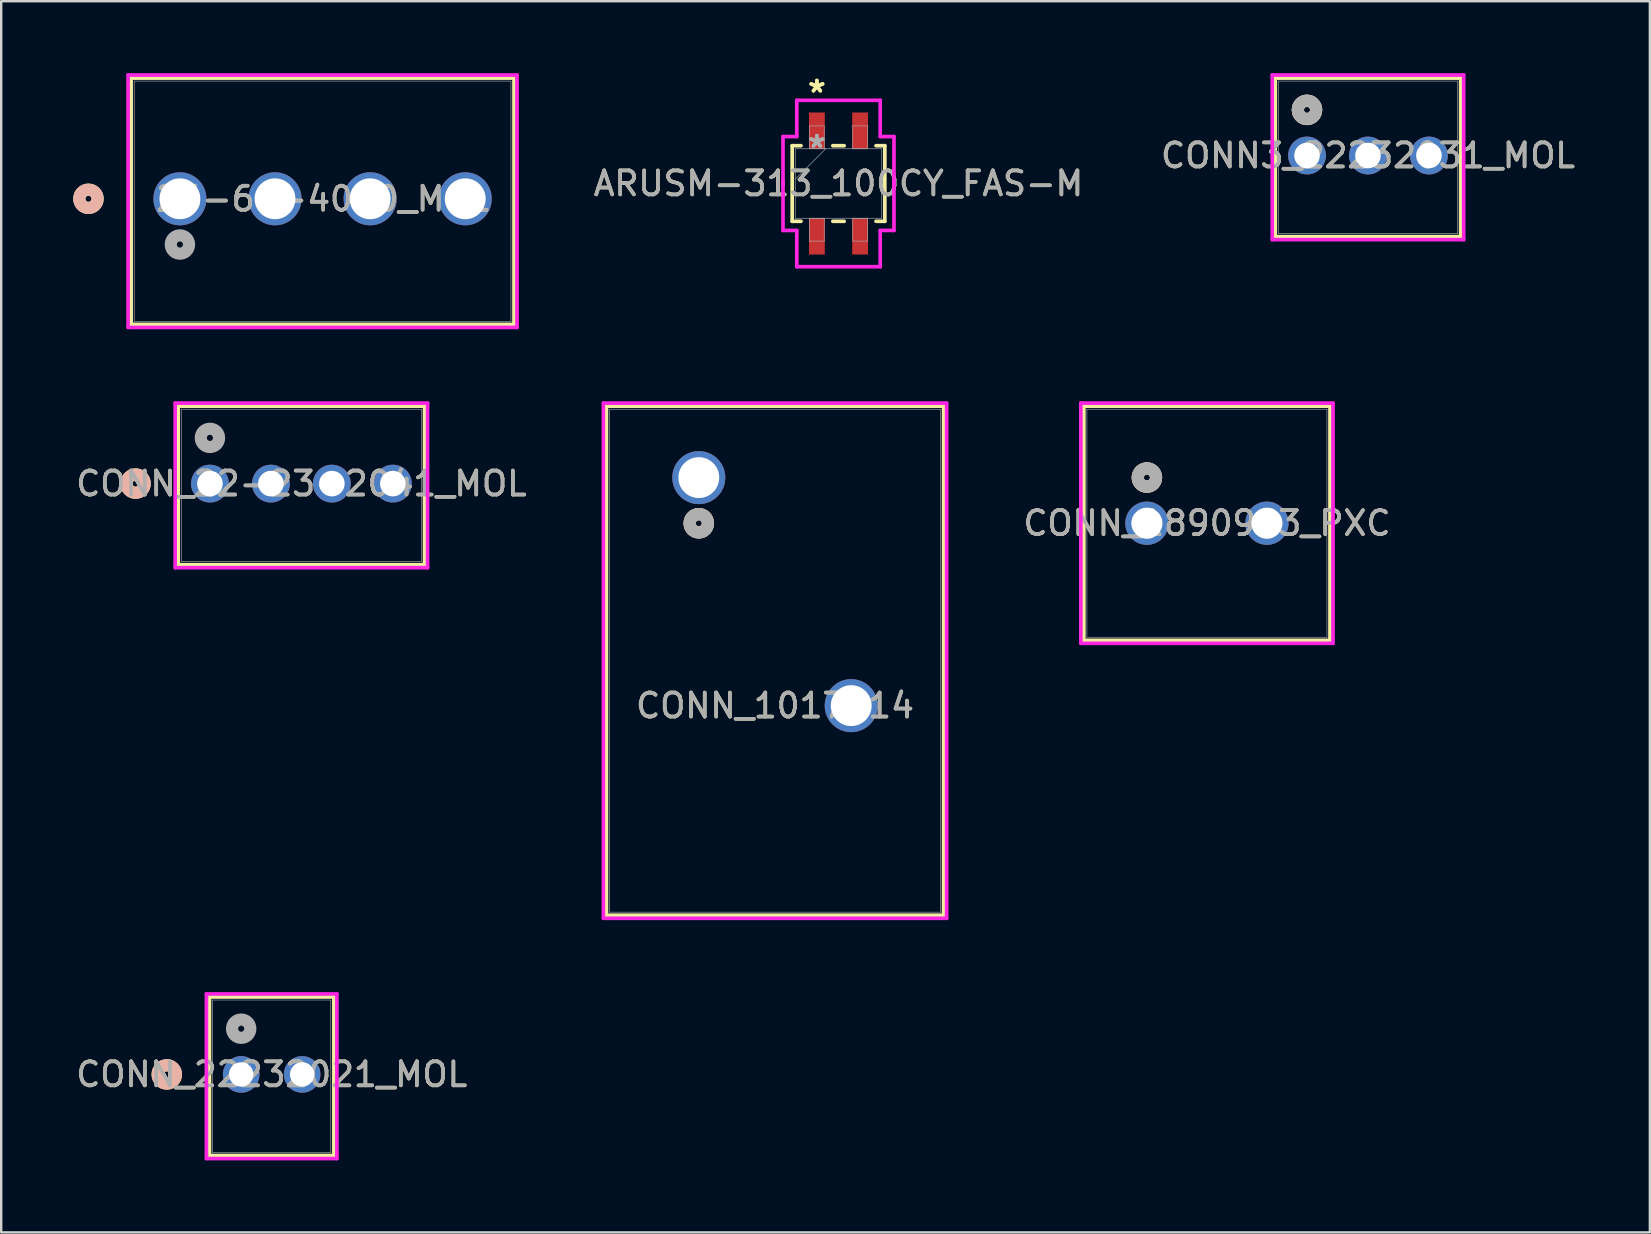
<source format=kicad_pcb>
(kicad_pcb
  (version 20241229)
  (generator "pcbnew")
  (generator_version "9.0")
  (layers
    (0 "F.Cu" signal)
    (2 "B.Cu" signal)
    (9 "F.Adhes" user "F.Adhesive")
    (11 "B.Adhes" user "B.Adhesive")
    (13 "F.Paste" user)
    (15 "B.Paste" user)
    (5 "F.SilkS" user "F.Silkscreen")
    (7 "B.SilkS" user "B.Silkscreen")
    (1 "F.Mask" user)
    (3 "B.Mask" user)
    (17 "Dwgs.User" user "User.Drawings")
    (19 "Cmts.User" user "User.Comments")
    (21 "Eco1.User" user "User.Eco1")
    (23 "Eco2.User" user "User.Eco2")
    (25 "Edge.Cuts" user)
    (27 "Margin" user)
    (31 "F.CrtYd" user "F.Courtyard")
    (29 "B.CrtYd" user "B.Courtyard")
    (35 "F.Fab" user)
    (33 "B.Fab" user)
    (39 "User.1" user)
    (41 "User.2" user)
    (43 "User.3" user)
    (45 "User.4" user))
  (footprint "ARUSM-313_100CY_FAS-M"
    (layer "F.Cu")
    (at 31.883 4.595)
    (property "Reference" "ARUSM-313_100CY_FAS-M" (at 0 0 0) (unlocked yes) (layer "F.SilkS") (effects (font (size 1 1) (thickness 0.15))))
    (attr smd)
    (fp_line (start -1.93 -1.575) (end -1.93 1.575) (stroke (width 0.152) (type solid)) (layer "F.SilkS"))
    (fp_line (start -1.93 1.575) (end -1.563 1.575) (stroke (width 0.152) (type solid)) (layer "F.SilkS"))
    (fp_line (start -1.563 -1.575) (end -1.93 -1.575) (stroke (width 0.152) (type solid)) (layer "F.SilkS"))
    (fp_line (start -0.237 1.575) (end 0.237 1.575) (stroke (width 0.152) (type solid)) (layer "F.SilkS"))
    (fp_line (start 0.237 -1.575) (end -0.237 -1.575) (stroke (width 0.152) (type solid)) (layer "F.SilkS"))
    (fp_line (start 1.563 1.575) (end 1.93 1.575) (stroke (width 0.152) (type solid)) (layer "F.SilkS"))
    (fp_line (start 1.93 -1.575) (end 1.563 -1.575) (stroke (width 0.152) (type solid)) (layer "F.SilkS"))
    (fp_line (start 1.93 1.575) (end 1.93 -1.575) (stroke (width 0.152) (type solid)) (layer "F.SilkS"))
    (fp_line (start -2.311 -1.956) (end -1.738 -1.956) (stroke (width 0.152) (type solid)) (layer "F.CrtYd"))
    (fp_line (start -2.311 -0.062) (end -2.311 -0.062) (stroke (width 0.152) (type solid)) (layer "F.CrtYd"))
    (fp_line (start -2.311 -0.062) (end -2.311 0.062) (stroke (width 0.152) (type solid)) (layer "F.CrtYd"))
    (fp_line (start -2.311 0.062) (end -2.311 -1.956) (stroke (width 0.152) (type solid)) (layer "F.CrtYd"))
    (fp_line (start -2.311 0.062) (end -2.311 0.062) (stroke (width 0.152) (type solid)) (layer "F.CrtYd"))
    (fp_line (start -2.311 1.956) (end -2.311 -0.062) (stroke (width 0.152) (type solid)) (layer "F.CrtYd"))
    (fp_line (start -2.311 1.956) (end -1.738 1.956) (stroke (width 0.152) (type solid)) (layer "F.CrtYd"))
    (fp_line (start -1.738 -3.467) (end 1.738 -3.467) (stroke (width 0.152) (type solid)) (layer "F.CrtYd"))
    (fp_line (start -1.738 -1.956) (end -1.738 -3.467) (stroke (width 0.152) (type solid)) (layer "F.CrtYd"))
    (fp_line (start -1.738 1.956) (end -1.738 3.467) (stroke (width 0.152) (type solid)) (layer "F.CrtYd"))
    (fp_line (start -1.738 3.467) (end 1.738 3.467) (stroke (width 0.152) (type solid)) (layer "F.CrtYd"))
    (fp_line (start 1.738 -3.467) (end 1.738 -1.956) (stroke (width 0.152) (type solid)) (layer "F.CrtYd"))
    (fp_line (start 1.738 -1.956) (end 2.311 -1.956) (stroke (width 0.152) (type solid)) (layer "F.CrtYd"))
    (fp_line (start 1.738 1.956) (end 2.311 1.956) (stroke (width 0.152) (type solid)) (layer "F.CrtYd"))
    (fp_line (start 1.738 3.467) (end 1.738 1.956) (stroke (width 0.152) (type solid)) (layer "F.CrtYd"))
    (fp_line (start 2.311 -0.062) (end 2.311 -0.062) (stroke (width 0.152) (type solid)) (layer "F.CrtYd"))
    (fp_line (start 2.311 -0.062) (end 2.311 0.062) (stroke (width 0.152) (type solid)) (layer "F.CrtYd"))
    (fp_line (start 2.311 0.062) (end 2.311 -1.956) (stroke (width 0.152) (type solid)) (layer "F.CrtYd"))
    (fp_line (start 2.311 0.062) (end 2.311 0.062) (stroke (width 0.152) (type solid)) (layer "F.CrtYd"))
    (fp_line (start 2.311 1.956) (end 2.311 -0.062) (stroke (width 0.152) (type solid)) (layer "F.CrtYd"))
    (fp_line (start -1.803 -1.448) (end -1.803 1.448) (stroke (width 0.025) (type solid)) (layer "F.Fab"))
    (fp_line (start -1.803 -0.178) (end -0.533 -1.448) (stroke (width 0.025) (type solid)) (layer "F.Fab"))
    (fp_line (start -1.803 1.448) (end 1.803 1.448) (stroke (width 0.025) (type solid)) (layer "F.Fab"))
    (fp_line (start -1.205 -2.4) (end -1.205 -1.448) (stroke (width 0.025) (type solid)) (layer "F.Fab"))
    (fp_line (start -1.205 -1.448) (end -0.595 -1.448) (stroke (width 0.025) (type solid)) (layer "F.Fab"))
    (fp_line (start -1.205 1.448) (end -1.205 2.4) (stroke (width 0.025) (type solid)) (layer "F.Fab"))
    (fp_line (start -1.205 2.4) (end -0.595 2.4) (stroke (width 0.025) (type solid)) (layer "F.Fab"))
    (fp_line (start -0.595 -2.4) (end -1.205 -2.4) (stroke (width 0.025) (type solid)) (layer "F.Fab"))
    (fp_line (start -0.595 -1.448) (end -0.595 -2.4) (stroke (width 0.025) (type solid)) (layer "F.Fab"))
    (fp_line (start -0.595 1.448) (end -1.205 1.448) (stroke (width 0.025) (type solid)) (layer "F.Fab"))
    (fp_line (start -0.595 2.4) (end -0.595 1.448) (stroke (width 0.025) (type solid)) (layer "F.Fab"))
    (fp_line (start 0.595 -2.4) (end 0.595 -1.448) (stroke (width 0.025) (type solid)) (layer "F.Fab"))
    (fp_line (start 0.595 -1.448) (end 1.205 -1.448) (stroke (width 0.025) (type solid)) (layer "F.Fab"))
    (fp_line (start 0.595 1.448) (end 0.595 2.4) (stroke (width 0.025) (type solid)) (layer "F.Fab"))
    (fp_line (start 0.595 2.4) (end 1.205 2.4) (stroke (width 0.025) (type solid)) (layer "F.Fab"))
    (fp_line (start 1.205 -2.4) (end 0.595 -2.4) (stroke (width 0.025) (type solid)) (layer "F.Fab"))
    (fp_line (start 1.205 -1.448) (end 1.205 -2.4) (stroke (width 0.025) (type solid)) (layer "F.Fab"))
    (fp_line (start 1.205 1.448) (end 0.595 1.448) (stroke (width 0.025) (type solid)) (layer "F.Fab"))
    (fp_line (start 1.205 2.4) (end 1.205 1.448) (stroke (width 0.025) (type solid)) (layer "F.Fab"))
    (fp_line (start 1.803 -1.448) (end -1.803 -1.448) (stroke (width 0.025) (type solid)) (layer "F.Fab"))
    (fp_line (start 1.803 1.448) (end 1.803 -1.448) (stroke (width 0.025) (type solid)) (layer "F.Fab"))
    (fp_text user "*" (at -0.9 -3.747 0) (unlocked yes) (layer "F.SilkS") (effects (font (size 1 1) (thickness 0.15))))
    (fp_text user "*" (at -0.9 -3.747 0) (layer "F.SilkS") (effects (font (size 1 1) (thickness 0.15))))
    (fp_text user "*" (at -0.9 -1.448 0) (unlocked yes) (layer "F.Fab") (effects (font (size 1 1) (thickness 0.15))))
    (fp_text user "*" (at -0.9 -1.448 0) (layer "F.Fab") (effects (font (size 1 1) (thickness 0.15))))
    (fp_text user "${REFERENCE}" (at 0 0 0) (unlocked yes) (layer "F.Fab") (effects (font (size 1 1) (thickness 0.15))))
    (pad "1" smd rect (at -0.9 -2.203) (size 0.66 1.511) (layers "F.Cu" "F.Mask" "F.Paste"))
    (pad "2" smd rect (at -0.9 2.203) (size 0.66 1.511) (layers "F.Cu" "F.Mask" "F.Paste"))
    (pad "3" smd rect (at 0.9 2.203) (size 0.66 1.511) (layers "F.Cu" "F.Mask" "F.Paste"))
    (pad "4" smd rect (at 0.9 -2.203) (size 0.66 1.511) (layers "F.Cu" "F.Mask" "F.Paste")))
  (footprint "CONN3_22232031_MOL"
    (layer "F.Cu")
    (at 51.402 3.429)
    (property "Reference" "CONN3_22232031_MOL" (at 2.54 0 0) (unlocked yes) (layer "F.SilkS") (effects (font (size 1 1) (thickness 0.15))))
    (attr through_hole)
    (fp_line (start -1.321 -3.226) (end -1.321 3.378) (stroke (width 0.152) (type solid)) (layer "F.SilkS"))
    (fp_line (start -1.321 3.378) (end 6.401 3.378) (stroke (width 0.152) (type solid)) (layer "F.SilkS"))
    (fp_line (start 6.401 -3.226) (end -1.321 -3.226) (stroke (width 0.152) (type solid)) (layer "F.SilkS"))
    (fp_line (start 6.401 3.378) (end 6.401 -3.226) (stroke (width 0.152) (type solid)) (layer "F.SilkS"))
    (fp_circle (center -0.001 -1.9) (end 0.38 -1.9) (stroke (width 0.508) (type solid)) (fill no) (layer "F.SilkS"))
    (fp_circle (center -0.001 -1.9) (end 0.38 -1.9) (stroke (width 0.508) (type solid)) (fill no) (layer "B.SilkS"))
    (fp_line (start -1.448 -3.353) (end -1.448 3.505) (stroke (width 0.152) (type solid)) (layer "F.CrtYd"))
    (fp_line (start -1.448 3.505) (end 6.528 3.505) (stroke (width 0.152) (type solid)) (layer "F.CrtYd"))
    (fp_line (start 6.528 -3.353) (end -1.448 -3.353) (stroke (width 0.152) (type solid)) (layer "F.CrtYd"))
    (fp_line (start 6.528 3.505) (end 6.528 -3.353) (stroke (width 0.152) (type solid)) (layer "F.CrtYd"))
    (fp_line (start -1.194 -3.099) (end -1.194 3.251) (stroke (width 0.025) (type solid)) (layer "F.Fab"))
    (fp_line (start -1.194 3.251) (end 6.274 3.251) (stroke (width 0.025) (type solid)) (layer "F.Fab"))
    (fp_line (start 6.274 -3.099) (end -1.194 -3.099) (stroke (width 0.025) (type solid)) (layer "F.Fab"))
    (fp_line (start 6.274 3.251) (end 6.274 -3.099) (stroke (width 0.025) (type solid)) (layer "F.Fab"))
    (fp_circle (center 0 -1.905) (end 0.381 -1.905) (stroke (width 0.508) (type solid)) (fill no) (layer "F.Fab"))
    (fp_text user "${REFERENCE}" (at 2.54 0 0) (unlocked yes) (layer "F.Fab") (effects (font (size 1 1) (thickness 0.15))))
    (pad "1" thru_hole circle (at 0 0) (size 1.575 1.575) (drill 1.067) (layers "*.Cu" "*.Mask"))
    (pad "2" thru_hole circle (at 2.54 0) (size 1.575 1.575) (drill 1.067) (layers "*.Cu" "*.Mask"))
    (pad "3" thru_hole circle (at 5.08 0) (size 1.575 1.575) (drill 1.067) (layers "*.Cu" "*.Mask")))
  (footprint "CONN_1890963_PXC"
    (layer "F.Cu")
    (at 44.732 18.748)
    (property "Reference" "CONN_1890963_PXC" (at 2.5 0 0) (unlocked yes) (layer "F.SilkS") (effects (font (size 1 1) (thickness 0.15))))
    (attr through_hole)
    (fp_line (start -2.627 -4.877) (end -2.627 4.877) (stroke (width 0.152) (type solid)) (layer "F.SilkS"))
    (fp_line (start -2.627 4.877) (end 7.627 4.877) (stroke (width 0.152) (type solid)) (layer "F.SilkS"))
    (fp_line (start 7.627 -4.877) (end -2.627 -4.877) (stroke (width 0.152) (type solid)) (layer "F.SilkS"))
    (fp_line (start 7.627 4.877) (end 7.627 -4.877) (stroke (width 0.152) (type solid)) (layer "F.SilkS"))
    (fp_circle (center 0 -1.901) (end 0.381 -1.901) (stroke (width 0.508) (type solid)) (fill no) (layer "F.SilkS"))
    (fp_circle (center 0 -1.901) (end 0.381 -1.901) (stroke (width 0.508) (type solid)) (fill no) (layer "B.SilkS"))
    (fp_line (start -2.754 -5.004) (end -2.754 5.004) (stroke (width 0.152) (type solid)) (layer "F.CrtYd"))
    (fp_line (start -2.754 5.004) (end 7.754 5.004) (stroke (width 0.152) (type solid)) (layer "F.CrtYd"))
    (fp_line (start 7.754 -5.004) (end -2.754 -5.004) (stroke (width 0.152) (type solid)) (layer "F.CrtYd"))
    (fp_line (start 7.754 5.004) (end 7.754 -5.004) (stroke (width 0.152) (type solid)) (layer "F.CrtYd"))
    (fp_line (start -2.5 -4.75) (end -2.5 4.75) (stroke (width 0.025) (type solid)) (layer "F.Fab"))
    (fp_line (start -2.5 4.75) (end 7.5 4.75) (stroke (width 0.025) (type solid)) (layer "F.Fab"))
    (fp_line (start 7.5 -4.75) (end -2.5 -4.75) (stroke (width 0.025) (type solid)) (layer "F.Fab"))
    (fp_line (start 7.5 4.75) (end 7.5 -4.75) (stroke (width 0.025) (type solid)) (layer "F.Fab"))
    (fp_circle (center 0 -1.905) (end 0.381 -1.905) (stroke (width 0.508) (type solid)) (fill no) (layer "F.Fab"))
    (fp_text user "${REFERENCE}" (at 2.5 0 0) (unlocked yes) (layer "F.Fab") (effects (font (size 1 1) (thickness 0.15))))
    (pad "1" thru_hole circle (at 0 0) (size 1.803 1.803) (drill 1.295) (layers "*.Cu" "*.Mask"))
    (pad "2" thru_hole circle (at 5 0) (size 1.803 1.803) (drill 1.295) (layers "*.Cu" "*.Mask")))
  (footprint "CONN_1017514"
    (layer "F.Cu")
    (at 26.063 16.848)
    (property "Reference" "CONN_1017514" (at 3.175 9.5 0) (unlocked yes) (layer "F.SilkS") (effects (font (size 1 1) (thickness 0.15))))
    (attr through_hole)
    (fp_line (start -3.848 -2.977) (end -3.848 18.232) (stroke (width 0.152) (type solid)) (layer "F.SilkS"))
    (fp_line (start -3.848 18.232) (end 10.198 18.232) (stroke (width 0.152) (type solid)) (layer "F.SilkS"))
    (fp_line (start 10.198 -2.977) (end -3.848 -2.977) (stroke (width 0.152) (type solid)) (layer "F.SilkS"))
    (fp_line (start 10.198 18.232) (end 10.198 -2.977) (stroke (width 0.152) (type solid)) (layer "F.SilkS"))
    (fp_circle (center 0 1.901) (end 0.381 1.901) (stroke (width 0.508) (type solid)) (fill no) (layer "F.SilkS"))
    (fp_circle (center 0 1.9) (end 0.381 1.9) (stroke (width 0.508) (type solid)) (fill no) (layer "B.SilkS"))
    (fp_line (start -3.975 -3.104) (end -3.975 18.359) (stroke (width 0.152) (type solid)) (layer "F.CrtYd"))
    (fp_line (start -3.975 18.359) (end 10.325 18.359) (stroke (width 0.152) (type solid)) (layer "F.CrtYd"))
    (fp_line (start 10.325 -3.104) (end -3.975 -3.104) (stroke (width 0.152) (type solid)) (layer "F.CrtYd"))
    (fp_line (start 10.325 18.359) (end 10.325 -3.104) (stroke (width 0.152) (type solid)) (layer "F.CrtYd"))
    (fp_line (start -3.721 -2.85) (end -3.721 18.105) (stroke (width 0.025) (type solid)) (layer "F.Fab"))
    (fp_line (start -3.721 18.105) (end 10.071 18.105) (stroke (width 0.025) (type solid)) (layer "F.Fab"))
    (fp_line (start 10.071 -2.85) (end -3.721 -2.85) (stroke (width 0.025) (type solid)) (layer "F.Fab"))
    (fp_line (start 10.071 18.105) (end 10.071 -2.85) (stroke (width 0.025) (type solid)) (layer "F.Fab"))
    (fp_circle (center 0 1.905) (end 0.381 1.905) (stroke (width 0.508) (type solid)) (fill no) (layer "F.Fab"))
    (fp_text user "${REFERENCE}" (at 3.175 9.5 0) (unlocked yes) (layer "F.Fab") (effects (font (size 1 1) (thickness 0.15))))
    (pad "1" thru_hole circle (at 0 0) (size 2.21 2.21) (drill 1.702) (layers "*.Cu" "*.Mask"))
    (pad "2" thru_hole circle (at 6.35 9.5) (size 2.21 2.21) (drill 1.702) (layers "*.Cu" "*.Mask")))
  (footprint "CONN_22-23-2041_MOL"
    (layer "F.Cu")
    (at 5.696 17.098)
    (property "Reference" "CONN_22-23-2041_MOL" (at 3.81 0 0) (unlocked yes) (layer "F.SilkS") (effects (font (size 1 1) (thickness 0.15))))
    (attr through_hole)
    (fp_line (start -1.321 -3.227) (end -1.321 3.377) (stroke (width 0.152) (type solid)) (layer "F.SilkS"))
    (fp_line (start -1.321 3.377) (end 8.941 3.377) (stroke (width 0.152) (type solid)) (layer "F.SilkS"))
    (fp_line (start 8.941 -3.227) (end -1.321 -3.227) (stroke (width 0.152) (type solid)) (layer "F.SilkS"))
    (fp_line (start 8.941 3.377) (end 8.941 -3.227) (stroke (width 0.152) (type solid)) (layer "F.SilkS"))
    (fp_circle (center -3.099 0) (end -2.718 0) (stroke (width 0.508) (type solid)) (fill no) (layer "F.SilkS"))
    (fp_circle (center -3.099 0) (end -2.718 0) (stroke (width 0.508) (type solid)) (fill no) (layer "B.SilkS"))
    (fp_line (start -1.448 -3.354) (end -1.448 3.504) (stroke (width 0.152) (type solid)) (layer "F.CrtYd"))
    (fp_line (start -1.448 3.504) (end 9.068 3.504) (stroke (width 0.152) (type solid)) (layer "F.CrtYd"))
    (fp_line (start 9.068 -3.354) (end -1.448 -3.354) (stroke (width 0.152) (type solid)) (layer "F.CrtYd"))
    (fp_line (start 9.068 3.504) (end 9.068 -3.354) (stroke (width 0.152) (type solid)) (layer "F.CrtYd"))
    (fp_line (start -1.194 -3.1) (end -1.194 3.25) (stroke (width 0.025) (type solid)) (layer "F.Fab"))
    (fp_line (start -1.194 3.25) (end 8.814 3.25) (stroke (width 0.025) (type solid)) (layer "F.Fab"))
    (fp_line (start 8.814 -3.1) (end -1.194 -3.1) (stroke (width 0.025) (type solid)) (layer "F.Fab"))
    (fp_line (start 8.814 3.25) (end 8.814 -3.1) (stroke (width 0.025) (type solid)) (layer "F.Fab"))
    (fp_circle (center 0 -1.905) (end 0.381 -1.905) (stroke (width 0.508) (type solid)) (fill no) (layer "F.Fab"))
    (fp_text user "${REFERENCE}" (at 3.81 0 0) (unlocked yes) (layer "F.Fab") (effects (font (size 1 1) (thickness 0.15))))
    (pad "1" thru_hole circle (at 0 0) (size 1.575 1.575) (drill 1.067) (layers "*.Cu" "*.Mask"))
    (pad "2" thru_hole circle (at 2.54 0) (size 1.575 1.575) (drill 1.067) (layers "*.Cu" "*.Mask"))
    (pad "3" thru_hole circle (at 5.08 0) (size 1.575 1.575) (drill 1.067) (layers "*.Cu" "*.Mask"))
    (pad "4" thru_hole circle (at 7.62 0) (size 1.575 1.575) (drill 1.067) (layers "*.Cu" "*.Mask")))
  (footprint "26-60-4040_MOL"
    (layer "F.Cu")
    (at 4.445 5.232)
    (property "Reference" "26-60-4040_MOL" (at 5.944 0 0) (unlocked yes) (layer "F.SilkS") (effects (font (size 1 1) (thickness 0.15))))
    (attr through_hole)
    (fp_line (start -2.032 -5.029) (end -2.032 5.232) (stroke (width 0.152) (type solid)) (layer "F.SilkS"))
    (fp_line (start -2.032 5.232) (end 13.919 5.232) (stroke (width 0.152) (type solid)) (layer "F.SilkS"))
    (fp_line (start 13.919 -5.029) (end -2.032 -5.029) (stroke (width 0.152) (type solid)) (layer "F.SilkS"))
    (fp_line (start 13.919 5.232) (end 13.919 -5.029) (stroke (width 0.152) (type solid)) (layer "F.SilkS"))
    (fp_circle (center -3.81 0) (end -3.429 0) (stroke (width 0.508) (type solid)) (fill no) (layer "F.SilkS"))
    (fp_circle (center -3.81 0) (end -3.429 0) (stroke (width 0.508) (type solid)) (fill no) (layer "B.SilkS"))
    (fp_line (start -2.159 -5.156) (end -2.159 5.359) (stroke (width 0.152) (type solid)) (layer "F.CrtYd"))
    (fp_line (start -2.159 5.359) (end 14.046 5.359) (stroke (width 0.152) (type solid)) (layer "F.CrtYd"))
    (fp_line (start 14.046 -5.156) (end -2.159 -5.156) (stroke (width 0.152) (type solid)) (layer "F.CrtYd"))
    (fp_line (start 14.046 5.359) (end 14.046 -5.156) (stroke (width 0.152) (type solid)) (layer "F.CrtYd"))
    (fp_line (start -1.905 -4.902) (end -1.905 5.105) (stroke (width 0.025) (type solid)) (layer "F.Fab"))
    (fp_line (start -1.905 5.105) (end 13.792 5.105) (stroke (width 0.025) (type solid)) (layer "F.Fab"))
    (fp_line (start 13.792 -4.902) (end -1.905 -4.902) (stroke (width 0.025) (type solid)) (layer "F.Fab"))
    (fp_line (start 13.792 5.105) (end 13.792 -4.902) (stroke (width 0.025) (type solid)) (layer "F.Fab"))
    (fp_circle (center 0 1.905) (end 0.381 1.905) (stroke (width 0.508) (type solid)) (fill no) (layer "F.Fab"))
    (fp_text user "${REFERENCE}" (at 5.944 0 0) (unlocked yes) (layer "F.Fab") (effects (font (size 1 1) (thickness 0.15))))
    (pad "1" thru_hole circle (at 0 0) (size 2.21 2.21) (drill 1.702) (layers "*.Cu" "*.Mask"))
    (pad "2" thru_hole circle (at 3.962 0) (size 2.21 2.21) (drill 1.702) (layers "*.Cu" "*.Mask"))
    (pad "3" thru_hole circle (at 7.925 0) (size 2.21 2.21) (drill 1.702) (layers "*.Cu" "*.Mask"))
    (pad "4" thru_hole circle (at 11.887 0) (size 2.21 2.21) (drill 1.702) (layers "*.Cu" "*.Mask")))
  (footprint "CONN_22232021_MOL"
    (layer "F.Cu")
    (at 6.998 41.712)
    (property "Reference" "CONN_22232021_MOL" (at 1.27 0 0) (unlocked yes) (layer "F.SilkS") (effects (font (size 1 1) (thickness 0.15))))
    (attr through_hole)
    (fp_line (start -1.321 -3.226) (end -1.321 3.378) (stroke (width 0.152) (type solid)) (layer "F.SilkS"))
    (fp_line (start -1.321 3.378) (end 3.861 3.378) (stroke (width 0.152) (type solid)) (layer "F.SilkS"))
    (fp_line (start 3.861 -3.226) (end -1.321 -3.226) (stroke (width 0.152) (type solid)) (layer "F.SilkS"))
    (fp_line (start 3.861 3.378) (end 3.861 -3.226) (stroke (width 0.152) (type solid)) (layer "F.SilkS"))
    (fp_circle (center -3.099 0) (end -2.718 0) (stroke (width 0.508) (type solid)) (fill no) (layer "F.SilkS"))
    (fp_circle (center -3.099 0) (end -2.718 0) (stroke (width 0.508) (type solid)) (fill no) (layer "B.SilkS"))
    (fp_line (start -1.448 -3.353) (end -1.448 3.505) (stroke (width 0.152) (type solid)) (layer "F.CrtYd"))
    (fp_line (start -1.448 3.505) (end 3.988 3.505) (stroke (width 0.152) (type solid)) (layer "F.CrtYd"))
    (fp_line (start 3.988 -3.353) (end -1.448 -3.353) (stroke (width 0.152) (type solid)) (layer "F.CrtYd"))
    (fp_line (start 3.988 3.505) (end 3.988 -3.353) (stroke (width 0.152) (type solid)) (layer "F.CrtYd"))
    (fp_line (start -1.194 -3.099) (end -1.194 3.251) (stroke (width 0.025) (type solid)) (layer "F.Fab"))
    (fp_line (start -1.194 3.251) (end 3.734 3.251) (stroke (width 0.025) (type solid)) (layer "F.Fab"))
    (fp_line (start 3.734 -3.099) (end -1.194 -3.099) (stroke (width 0.025) (type solid)) (layer "F.Fab"))
    (fp_line (start 3.734 3.251) (end 3.734 -3.099) (stroke (width 0.025) (type solid)) (layer "F.Fab"))
    (fp_circle (center 0 -1.905) (end 0.381 -1.905) (stroke (width 0.508) (type solid)) (fill no) (layer "F.Fab"))
    (fp_text user "${REFERENCE}" (at 1.27 0 0) (unlocked yes) (layer "F.Fab") (effects (font (size 1 1) (thickness 0.15))))
    (pad "1" thru_hole circle (at 0 0) (size 1.524 1.524) (drill 1.016) (layers "*.Cu" "*.Mask"))
    (pad "2" thru_hole circle (at 2.54 0) (size 1.524 1.524) (drill 1.016) (layers "*.Cu" "*.Mask")))
  (gr_rect
    (start -3 -3)
    (end 65.686 48.294)
    (stroke (width 0.1) (type default))
    (fill no)
    (layer "Edge.Cuts")))
</source>
